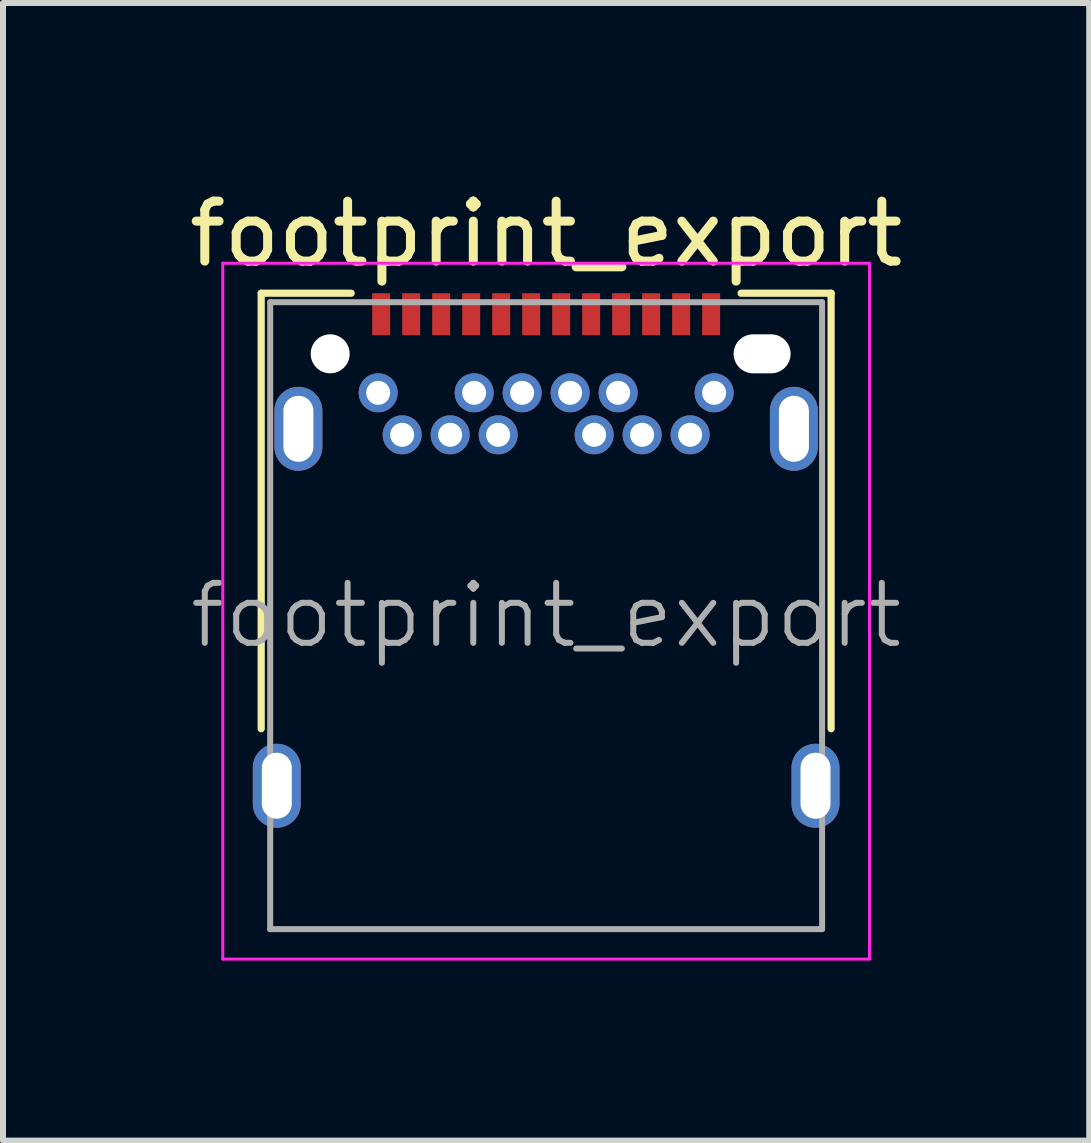
<source format=kicad_pcb>
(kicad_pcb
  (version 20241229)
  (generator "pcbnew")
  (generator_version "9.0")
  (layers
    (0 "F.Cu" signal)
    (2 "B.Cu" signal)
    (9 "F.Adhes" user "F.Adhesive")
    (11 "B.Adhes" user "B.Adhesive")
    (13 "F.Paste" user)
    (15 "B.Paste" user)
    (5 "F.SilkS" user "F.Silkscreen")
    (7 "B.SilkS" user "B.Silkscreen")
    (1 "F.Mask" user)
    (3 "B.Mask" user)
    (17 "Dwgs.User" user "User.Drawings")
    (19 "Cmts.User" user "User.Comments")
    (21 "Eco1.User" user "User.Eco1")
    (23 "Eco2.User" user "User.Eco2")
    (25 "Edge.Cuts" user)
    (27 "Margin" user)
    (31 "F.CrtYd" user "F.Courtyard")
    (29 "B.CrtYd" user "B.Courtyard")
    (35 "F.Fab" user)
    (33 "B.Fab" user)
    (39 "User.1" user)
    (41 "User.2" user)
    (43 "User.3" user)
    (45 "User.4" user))
  (footprint "footprint_export"
    (layer "F.Cu")
    (at 6.054 7.208)
    (property "Reference" "footprint_export" (at 0 -6.36 0) (layer "F.SilkS") (effects (font (size 1 1) (thickness 0.15))))
    (attr smd)
    (fp_line (start -4.75 -5.37) (end -4.75 1.89) (stroke (width 0.12) (type solid)) (layer "F.SilkS"))
    (fp_line (start -4.75 -5.37) (end -3.25 -5.37) (stroke (width 0.12) (type solid)) (layer "F.SilkS"))
    (fp_line (start 3.25 -5.37) (end 4.75 -5.37) (stroke (width 0.12) (type solid)) (layer "F.SilkS"))
    (fp_line (start 4.75 -5.37) (end 4.75 1.89) (stroke (width 0.12) (type solid)) (layer "F.SilkS"))
    (fp_line (start -5.39 -5.87) (end 5.39 -5.87) (stroke (width 0.05) (type solid)) (layer "F.CrtYd"))
    (fp_line (start -5.39 5.73) (end -5.39 -5.87) (stroke (width 0.05) (type solid)) (layer "F.CrtYd"))
    (fp_line (start 5.39 -5.87) (end 5.39 5.73) (stroke (width 0.05) (type solid)) (layer "F.CrtYd"))
    (fp_line (start 5.39 5.73) (end -5.39 5.73) (stroke (width 0.05) (type solid)) (layer "F.CrtYd"))
    (fp_line (start -4.6 -5.22) (end 4.6 -5.22) (stroke (width 0.1) (type solid)) (layer "F.Fab"))
    (fp_line (start -4.6 5.23) (end -4.6 -5.22) (stroke (width 0.1) (type solid)) (layer "F.Fab"))
    (fp_line (start -4.6 5.23) (end 4.6 5.23) (stroke (width 0.1) (type solid)) (layer "F.Fab"))
    (fp_line (start 4.6 5.23) (end 4.6 -5.22) (stroke (width 0.1) (type solid)) (layer "F.Fab"))
    (fp_text user "${REFERENCE}" (at 0 0 0) (layer "F.Fab") (effects (font (size 1 1) (thickness 0.1))))
    (pad "" np_thru_hole circle (at -3.6 -4.36) (size 0.65 0.65) (drill 0.65) (layers "*.Cu" "*.Mask"))
    (pad "" np_thru_hole oval (at 3.6 -4.36) (size 0.95 0.65) (drill oval 0.95 0.65) (layers "*.Cu" "*.Mask"))
    (pad "A1" smd rect (at -2.75 -5.02) (size 0.3 0.7) (layers "F.Cu" "F.Mask" "F.Paste"))
    (pad "A2" smd rect (at -2.25 -5.02) (size 0.3 0.7) (layers "F.Cu" "F.Mask" "F.Paste"))
    (pad "A3" smd rect (at -1.75 -5.02) (size 0.3 0.7) (layers "F.Cu" "F.Mask" "F.Paste"))
    (pad "A4" smd rect (at -1.25 -5.02) (size 0.3 0.7) (layers "F.Cu" "F.Mask" "F.Paste"))
    (pad "A5" smd rect (at -0.75 -5.02) (size 0.3 0.7) (layers "F.Cu" "F.Mask" "F.Paste"))
    (pad "A6" smd rect (at -0.25 -5.02) (size 0.3 0.7) (layers "F.Cu" "F.Mask" "F.Paste"))
    (pad "A7" smd rect (at 0.25 -5.02) (size 0.3 0.7) (layers "F.Cu" "F.Mask" "F.Paste"))
    (pad "A8" smd rect (at 0.75 -5.02) (size 0.3 0.7) (layers "F.Cu" "F.Mask" "F.Paste"))
    (pad "A9" smd rect (at 1.25 -5.02) (size 0.3 0.7) (layers "F.Cu" "F.Mask" "F.Paste"))
    (pad "A10" smd rect (at 1.75 -5.02) (size 0.3 0.7) (layers "F.Cu" "F.Mask" "F.Paste"))
    (pad "A11" smd rect (at 2.25 -5.02) (size 0.3 0.7) (layers "F.Cu" "F.Mask" "F.Paste"))
    (pad "A12" smd rect (at 2.75 -5.02) (size 0.3 0.7) (layers "F.Cu" "F.Mask" "F.Paste"))
    (pad "B1" thru_hole circle (at 2.8 -3.71) (size 0.65 0.65) (drill 0.4) (layers "*.Cu" "*.Mask"))
    (pad "B2" thru_hole circle (at 2.4 -3.01) (size 0.65 0.65) (drill 0.4) (layers "*.Cu" "*.Mask"))
    (pad "B3" thru_hole circle (at 1.6 -3.01) (size 0.65 0.65) (drill 0.4) (layers "*.Cu" "*.Mask"))
    (pad "B4" thru_hole circle (at 1.2 -3.71) (size 0.65 0.65) (drill 0.4) (layers "*.Cu" "*.Mask"))
    (pad "B5" thru_hole circle (at 0.8 -3.01) (size 0.65 0.65) (drill 0.4) (layers "*.Cu" "*.Mask"))
    (pad "B6" thru_hole circle (at 0.4 -3.71) (size 0.65 0.65) (drill 0.4) (layers "*.Cu" "*.Mask"))
    (pad "B7" thru_hole circle (at -0.4 -3.71) (size 0.65 0.65) (drill 0.4) (layers "*.Cu" "*.Mask"))
    (pad "B8" thru_hole circle (at -0.8 -3.01) (size 0.65 0.65) (drill 0.4) (layers "*.Cu" "*.Mask"))
    (pad "B9" thru_hole circle (at -1.2 -3.71) (size 0.65 0.65) (drill 0.4) (layers "*.Cu" "*.Mask"))
    (pad "B10" thru_hole circle (at -1.6 -3.01) (size 0.65 0.65) (drill 0.4) (layers "*.Cu" "*.Mask"))
    (pad "B11" thru_hole circle (at -2.4 -3.01) (size 0.65 0.65) (drill 0.4) (layers "*.Cu" "*.Mask"))
    (pad "B12" thru_hole circle (at -2.8 -3.71) (size 0.65 0.65) (drill 0.4) (layers "*.Cu" "*.Mask"))
    (pad "S1" thru_hole oval (at -4.49 2.84) (size 0.8 1.4) (drill oval 0.5 1.1) (layers "*.Cu" "*.Mask"))
    (pad "S1" thru_hole oval (at -4.13 -3.11) (size 0.8 1.4) (drill oval 0.5 1.1) (layers "*.Cu" "*.Mask"))
    (pad "S1" thru_hole oval (at 4.13 -3.11) (size 0.8 1.4) (drill oval 0.5 1.1) (layers "*.Cu" "*.Mask"))
    (pad "S1" thru_hole oval (at 4.49 2.84) (size 0.8 1.4) (drill oval 0.5 1.1) (layers "*.Cu" "*.Mask")))
  (gr_rect
    (start -3 -3)
    (end 15.107 15.963)
    (stroke (width 0.1) (type default))
    (fill no)
    (layer "Edge.Cuts")))
</source>
